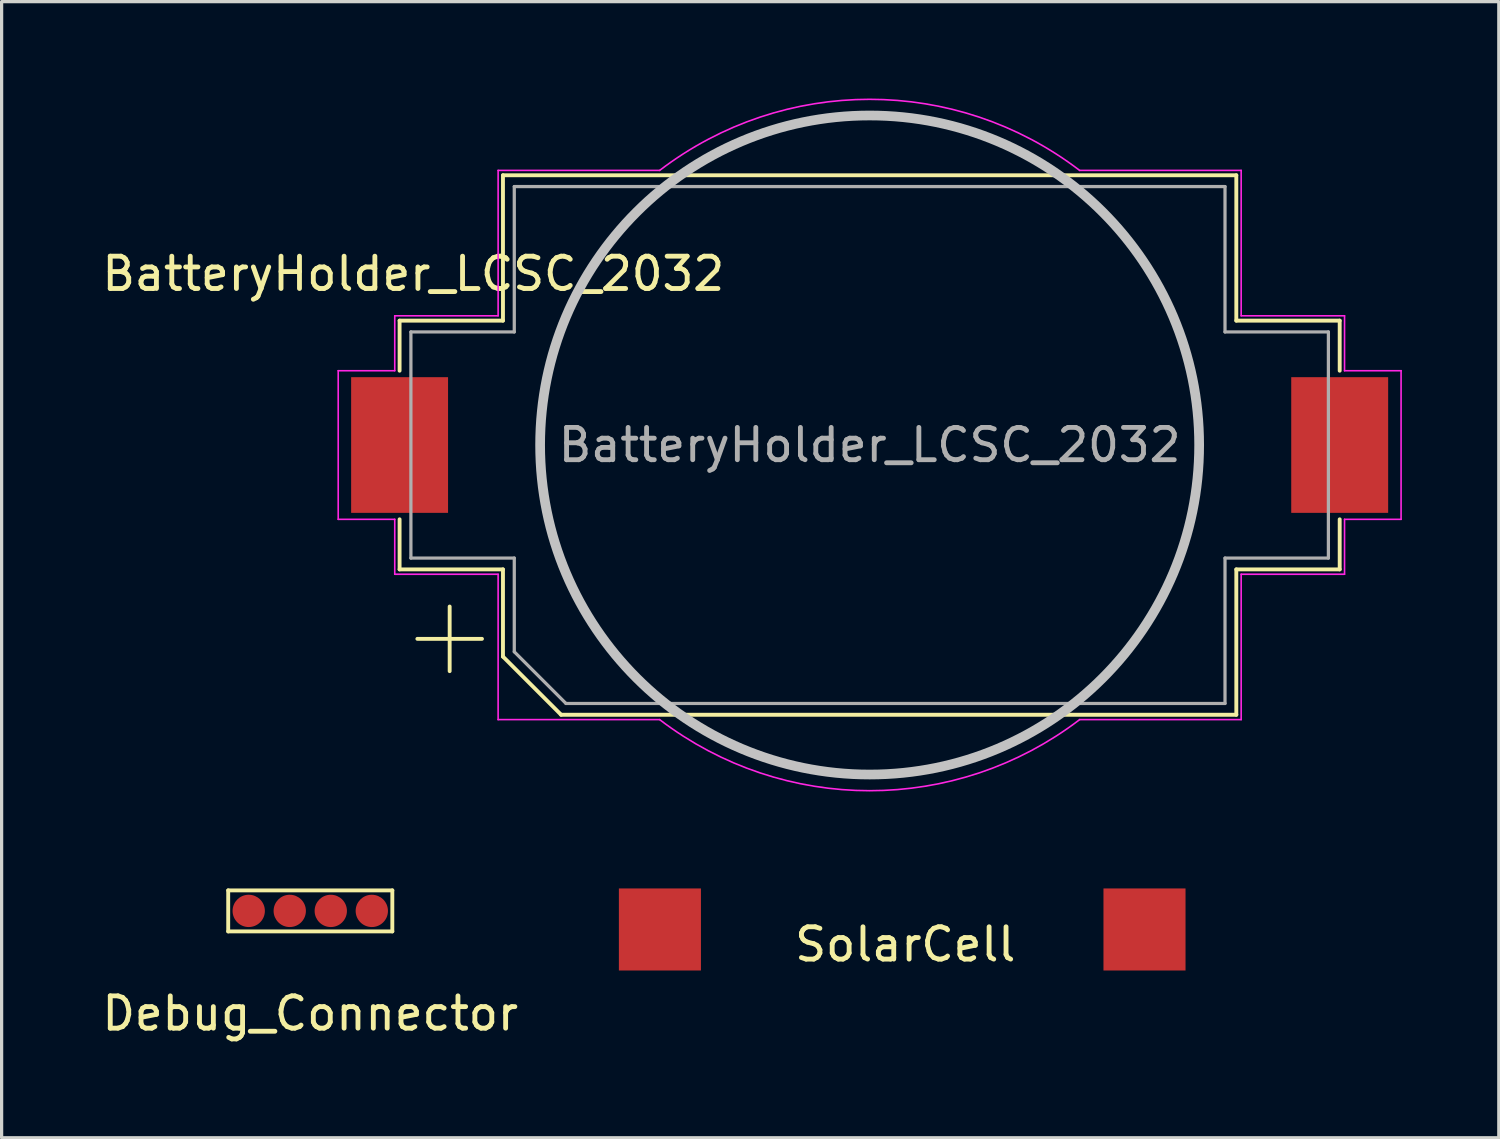
<source format=kicad_pcb>
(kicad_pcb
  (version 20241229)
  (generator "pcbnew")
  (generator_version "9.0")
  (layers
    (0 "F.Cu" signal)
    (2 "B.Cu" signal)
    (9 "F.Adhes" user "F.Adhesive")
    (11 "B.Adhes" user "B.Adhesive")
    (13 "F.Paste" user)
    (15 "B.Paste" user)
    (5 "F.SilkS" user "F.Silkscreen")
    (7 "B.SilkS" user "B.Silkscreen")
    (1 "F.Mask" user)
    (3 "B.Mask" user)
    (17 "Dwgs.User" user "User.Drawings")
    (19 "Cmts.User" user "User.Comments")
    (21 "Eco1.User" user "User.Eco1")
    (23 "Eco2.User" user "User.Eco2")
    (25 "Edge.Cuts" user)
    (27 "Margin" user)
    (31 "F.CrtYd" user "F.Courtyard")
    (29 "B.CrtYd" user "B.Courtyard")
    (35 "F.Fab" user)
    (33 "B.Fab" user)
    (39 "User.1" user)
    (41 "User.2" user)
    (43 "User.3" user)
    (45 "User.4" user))
  (footprint "BatteryHolder_LCSC_2032"
    (layer "F.Cu")
    (at 23.869 10.725)
    (property "Reference" "BatteryHolder_LCSC_2032" (at -14.125 -5.3 0) (layer "F.SilkS") (effects (font (size 1 1) (thickness 0.15))))
    (attr smd)
    (fp_line (start -14.55 -3.85) (end -14.55 -2.3) (stroke (width 0.12) (type solid)) (layer "F.SilkS"))
    (fp_line (start -14.55 3.85) (end -14.55 2.3) (stroke (width 0.12) (type solid)) (layer "F.SilkS"))
    (fp_line (start -13 5) (end -13 7) (stroke (width 0.12) (type solid)) (layer "F.SilkS"))
    (fp_line (start -12 6) (end -14 6) (stroke (width 0.12) (type solid)) (layer "F.SilkS"))
    (fp_line (start -11.35 -8.35) (end -11.35 -3.85) (stroke (width 0.12) (type solid)) (layer "F.SilkS"))
    (fp_line (start -11.35 -8.35) (end 11.35 -8.35) (stroke (width 0.12) (type solid)) (layer "F.SilkS"))
    (fp_line (start -11.35 -3.85) (end -14.55 -3.85) (stroke (width 0.12) (type solid)) (layer "F.SilkS"))
    (fp_line (start -11.35 3.85) (end -14.55 3.85) (stroke (width 0.12) (type solid)) (layer "F.SilkS"))
    (fp_line (start -11.35 6.55) (end -11.35 3.85) (stroke (width 0.12) (type solid)) (layer "F.SilkS"))
    (fp_line (start -9.55 8.35) (end -11.35 6.55) (stroke (width 0.12) (type solid)) (layer "F.SilkS"))
    (fp_line (start 11.35 -8.35) (end 11.35 -3.85) (stroke (width 0.12) (type solid)) (layer "F.SilkS"))
    (fp_line (start 11.35 -3.85) (end 14.55 -3.85) (stroke (width 0.12) (type solid)) (layer "F.SilkS"))
    (fp_line (start 11.35 3.85) (end 14.55 3.85) (stroke (width 0.12) (type solid)) (layer "F.SilkS"))
    (fp_line (start 11.35 8.35) (end -9.55 8.35) (stroke (width 0.12) (type solid)) (layer "F.SilkS"))
    (fp_line (start 11.35 8.35) (end 11.35 3.85) (stroke (width 0.12) (type solid)) (layer "F.SilkS"))
    (fp_line (start 14.55 -3.85) (end 14.55 -2.3) (stroke (width 0.12) (type solid)) (layer "F.SilkS"))
    (fp_line (start 14.55 3.85) (end 14.55 2.3) (stroke (width 0.12) (type solid)) (layer "F.SilkS"))
    (fp_circle (center 0 0) (end -10.2 0) (stroke (width 0.3) (type solid)) (fill no) (layer "Dwgs.User"))
    (fp_line (start -16.45 2.3) (end -16.45 -2.3) (stroke (width 0.05) (type solid)) (layer "F.CrtYd"))
    (fp_line (start -14.7 -4) (end -11.5 -4) (stroke (width 0.05) (type solid)) (layer "F.CrtYd"))
    (fp_line (start -14.7 -2.3) (end -16.45 -2.3) (stroke (width 0.05) (type solid)) (layer "F.CrtYd"))
    (fp_line (start -14.7 -2.3) (end -14.7 -4) (stroke (width 0.05) (type solid)) (layer "F.CrtYd"))
    (fp_line (start -14.7 2.3) (end -16.45 2.3) (stroke (width 0.05) (type solid)) (layer "F.CrtYd"))
    (fp_line (start -14.7 4) (end -14.7 2.3) (stroke (width 0.05) (type solid)) (layer "F.CrtYd"))
    (fp_line (start -14.7 4) (end -11.5 4) (stroke (width 0.05) (type solid)) (layer "F.CrtYd"))
    (fp_line (start -11.5 -8.5) (end -6.5 -8.5) (stroke (width 0.05) (type solid)) (layer "F.CrtYd"))
    (fp_line (start -11.5 -4) (end -11.5 -8.5) (stroke (width 0.05) (type solid)) (layer "F.CrtYd"))
    (fp_line (start -11.5 4) (end -11.5 8.5) (stroke (width 0.05) (type solid)) (layer "F.CrtYd"))
    (fp_line (start -6.5 8.5) (end -11.5 8.5) (stroke (width 0.05) (type solid)) (layer "F.CrtYd"))
    (fp_line (start 11.5 -8.5) (end 6.5 -8.5) (stroke (width 0.05) (type solid)) (layer "F.CrtYd"))
    (fp_line (start 11.5 -8.5) (end 11.5 -4) (stroke (width 0.05) (type solid)) (layer "F.CrtYd"))
    (fp_line (start 11.5 -4) (end 14.7 -4) (stroke (width 0.05) (type solid)) (layer "F.CrtYd"))
    (fp_line (start 11.5 4) (end 11.5 8.5) (stroke (width 0.05) (type solid)) (layer "F.CrtYd"))
    (fp_line (start 11.5 8.5) (end 6.5 8.5) (stroke (width 0.05) (type solid)) (layer "F.CrtYd"))
    (fp_line (start 14.7 -4) (end 14.7 -2.3) (stroke (width 0.05) (type solid)) (layer "F.CrtYd"))
    (fp_line (start 14.7 -2.3) (end 16.45 -2.3) (stroke (width 0.05) (type solid)) (layer "F.CrtYd"))
    (fp_line (start 14.7 2.3) (end 14.7 4) (stroke (width 0.05) (type solid)) (layer "F.CrtYd"))
    (fp_line (start 14.7 4) (end 11.5 4) (stroke (width 0.05) (type solid)) (layer "F.CrtYd"))
    (fp_line (start 16.45 -2.3) (end 16.45 2.3) (stroke (width 0.05) (type solid)) (layer "F.CrtYd"))
    (fp_line (start 16.45 2.3) (end 14.7 2.3) (stroke (width 0.05) (type solid)) (layer "F.CrtYd"))
    (fp_arc (start -6.499999 -8.5) (mid 0 -10.700467) (end 6.5 -8.5) (stroke (width 0.05) (type solid)) (layer "F.CrtYd"))
    (fp_arc (start 6.499999 8.5) (mid 0 10.700467) (end -6.5 8.5) (stroke (width 0.05) (type solid)) (layer "F.CrtYd"))
    (fp_line (start -14.2 -3.5) (end -11 -3.5) (stroke (width 0.1) (type solid)) (layer "F.Fab"))
    (fp_line (start -14.2 3.5) (end -14.2 -3.5) (stroke (width 0.1) (type solid)) (layer "F.Fab"))
    (fp_line (start -11 -8) (end -11 -3.5) (stroke (width 0.1) (type solid)) (layer "F.Fab"))
    (fp_line (start -11 3.5) (end -14.2 3.5) (stroke (width 0.1) (type solid)) (layer "F.Fab"))
    (fp_line (start -11 6.4) (end -11 3.5) (stroke (width 0.1) (type solid)) (layer "F.Fab"))
    (fp_line (start -9.4 8) (end -11 6.4) (stroke (width 0.1) (type solid)) (layer "F.Fab"))
    (fp_line (start 11 -8) (end -11 -8) (stroke (width 0.1) (type solid)) (layer "F.Fab"))
    (fp_line (start 11 -8) (end 11 -3.5) (stroke (width 0.1) (type solid)) (layer "F.Fab"))
    (fp_line (start 11 3.5) (end 14.2 3.5) (stroke (width 0.1) (type solid)) (layer "F.Fab"))
    (fp_line (start 11 8) (end -9.4 8) (stroke (width 0.1) (type solid)) (layer "F.Fab"))
    (fp_line (start 11 8) (end 11 3.5) (stroke (width 0.1) (type solid)) (layer "F.Fab"))
    (fp_line (start 14.2 -3.5) (end 11 -3.5) (stroke (width 0.1) (type solid)) (layer "F.Fab"))
    (fp_line (start 14.2 3.5) (end 14.2 -3.5) (stroke (width 0.1) (type solid)) (layer "F.Fab"))
    (fp_text user "${REFERENCE}" (at 0 0 0) (layer "F.Fab") (effects (font (size 1 1) (thickness 0.15))))
    (pad "1" smd rect (at -14.55 0 180) (size 3 4.2) (layers "F.Cu" "F.Mask" "F.Paste"))
    (pad "2" smd rect (at 14.55 0 180) (size 3 4.2) (layers "F.Cu" "F.Mask" "F.Paste")))
  (footprint "SolarCell"
    (layer "F.Cu")
    (at 24.972 25.683)
    (property "Reference" "SolarCell" (at 0 0.5 0) (layer "F.SilkS") (effects (font (size 1 1) (thickness 0.15))))
    (attr through_hole)
    (pad "1" smd rect (at -7.595 0.038) (size 2.54 2.54) (layers "F.Cu" "F.Mask" "F.Paste"))
    (pad "2" smd rect (at 7.405 0.038) (size 2.54 2.54) (layers "F.Cu" "F.Mask" "F.Paste")))
  (footprint "Debug_Connector"
    (layer "F.Cu")
    (at 6.554 25.146)
    (property "Reference" "Debug_Connector" (at 0 3.175 0) (layer "F.SilkS") (effects (font (size 1 1) (thickness 0.15))))
    (attr through_hole)
    (fp_line (start -2.54 -0.635) (end -2.54 0.635) (stroke (width 0.12) (type solid)) (layer "F.SilkS"))
    (fp_line (start -2.54 0.635) (end 2.54 0.635) (stroke (width 0.12) (type solid)) (layer "F.SilkS"))
    (fp_line (start 2.54 -0.635) (end -2.54 -0.635) (stroke (width 0.12) (type solid)) (layer "F.SilkS"))
    (fp_line (start 2.54 0.635) (end 2.54 -0.635) (stroke (width 0.12) (type solid)) (layer "F.SilkS"))
    (pad "1" smd circle (at -1.905 0) (size 1 1) (layers "F.Cu" "F.Mask" "F.Paste"))
    (pad "2" smd circle (at -0.635 0) (size 1 1) (layers "F.Cu" "F.Mask" "F.Paste"))
    (pad "3" smd circle (at 0.635 0) (size 1 1) (layers "F.Cu" "F.Mask" "F.Paste"))
    (pad "4" smd circle (at 1.905 0) (size 1 1) (layers "F.Cu" "F.Mask" "F.Paste")))
  (gr_rect
    (start -3 -3)
    (end 43.344 32.169)
    (stroke (width 0.1) (type default))
    (fill no)
    (layer "Edge.Cuts")))
</source>
